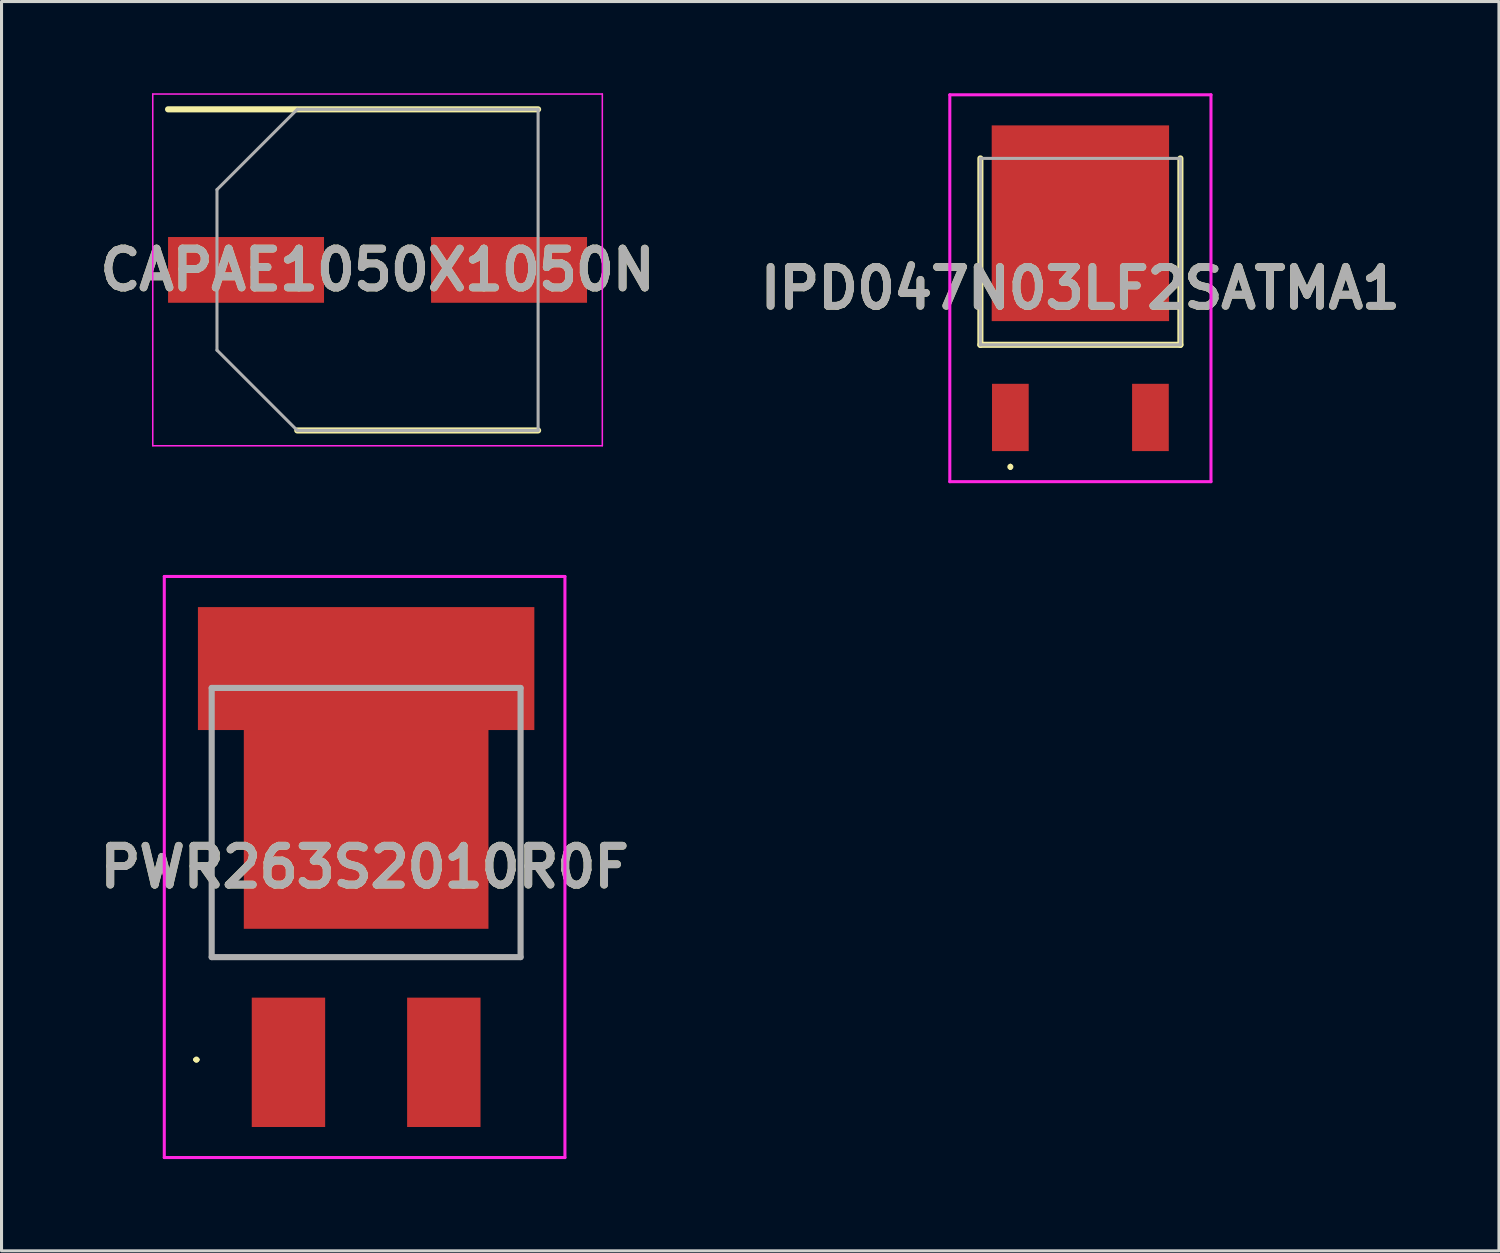
<source format=kicad_pcb>
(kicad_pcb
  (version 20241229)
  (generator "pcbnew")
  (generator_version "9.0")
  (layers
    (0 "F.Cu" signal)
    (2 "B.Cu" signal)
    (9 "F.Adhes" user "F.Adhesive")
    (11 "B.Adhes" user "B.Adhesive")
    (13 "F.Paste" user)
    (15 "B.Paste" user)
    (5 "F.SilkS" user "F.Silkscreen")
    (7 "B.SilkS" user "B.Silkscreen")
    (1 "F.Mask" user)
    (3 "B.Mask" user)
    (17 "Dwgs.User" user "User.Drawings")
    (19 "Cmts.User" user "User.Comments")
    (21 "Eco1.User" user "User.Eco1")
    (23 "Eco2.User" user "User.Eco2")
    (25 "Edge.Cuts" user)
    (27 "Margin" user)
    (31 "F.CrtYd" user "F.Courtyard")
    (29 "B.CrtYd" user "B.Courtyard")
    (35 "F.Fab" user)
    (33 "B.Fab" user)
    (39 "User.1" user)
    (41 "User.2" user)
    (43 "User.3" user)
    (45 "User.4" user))
  (footprint "IPD047N03LF2SATMA1"
    (layer "F.Cu")
    (at 32.277 6.365)
    (property "Reference" "IPD047N03LF2SATMA1" (at 0 0.01 0) (layer "F.SilkS") (effects (font (size 1.27 1.27) (thickness 0.254))))
    (attr smd)
    (fp_line (start -3.27 -4.235) (end -3.27 1.86) (stroke (width 0.2) (type solid)) (layer "F.SilkS"))
    (fp_line (start -3.27 1.86) (end 3.27 1.86) (stroke (width 0.2) (type solid)) (layer "F.SilkS"))
    (fp_line (start -2.29 5.8) (end -2.29 5.8) (stroke (width 0.1) (type solid)) (layer "F.SilkS"))
    (fp_line (start -2.29 5.9) (end -2.29 5.9) (stroke (width 0.1) (type solid)) (layer "F.SilkS"))
    (fp_line (start 3.27 1.86) (end 3.27 -4.235) (stroke (width 0.2) (type solid)) (layer "F.SilkS"))
    (fp_arc (start -2.29 5.8) (mid -2.24 5.85) (end -2.29 5.9) (stroke (width 0.1) (type solid)) (layer "F.SilkS"))
    (fp_arc (start -2.29 5.9) (mid -2.34 5.85) (end -2.29 5.8) (stroke (width 0.1) (type solid)) (layer "F.SilkS"))
    (fp_line (start -4.27 -6.315) (end 4.27 -6.315) (stroke (width 0.1) (type solid)) (layer "F.CrtYd"))
    (fp_line (start -4.27 6.335) (end -4.27 -6.315) (stroke (width 0.1) (type solid)) (layer "F.CrtYd"))
    (fp_line (start 4.27 -6.315) (end 4.27 6.335) (stroke (width 0.1) (type solid)) (layer "F.CrtYd"))
    (fp_line (start 4.27 6.335) (end -4.27 6.335) (stroke (width 0.1) (type solid)) (layer "F.CrtYd"))
    (fp_line (start -3.27 -4.235) (end 3.27 -4.235) (stroke (width 0.1) (type solid)) (layer "F.Fab"))
    (fp_line (start -3.27 1.86) (end -3.27 -4.235) (stroke (width 0.1) (type solid)) (layer "F.Fab"))
    (fp_line (start 3.27 -4.235) (end 3.27 1.86) (stroke (width 0.1) (type solid)) (layer "F.Fab"))
    (fp_line (start 3.27 1.86) (end -3.27 1.86) (stroke (width 0.1) (type solid)) (layer "F.Fab"))
    (fp_text user "${REFERENCE}" (at 0 0.01 0) (layer "F.Fab") (effects (font (size 1.27 1.27) (thickness 0.254))))
    (pad "1" smd rect (at -2.29 4.235) (size 1.2 2.2) (layers "F.Cu" "F.Mask" "F.Paste"))
    (pad "2" smd rect (at 0 -2.115) (size 5.8 6.4) (layers "F.Cu" "F.Mask" "F.Paste"))
    (pad "3" smd rect (at 2.29 4.235) (size 1.2 2.2) (layers "F.Cu" "F.Mask" "F.Paste")))
  (footprint "PWR263S2010R0F"
    (layer "F.Cu")
    (at 8.922 23.846)
    (property "Reference" "PWR263S2010R0F" (at -0.05 1.455 0) (layer "F.SilkS") (effects (font (size 1.27 1.27) (thickness 0.254))))
    (attr smd)
    (fp_line (start -5.6 7.75) (end -5.6 7.75) (stroke (width 0.1) (type solid)) (layer "F.SilkS"))
    (fp_line (start -5.6 7.75) (end -5.6 7.75) (stroke (width 0.1) (type solid)) (layer "F.SilkS"))
    (fp_line (start -5.5 7.75) (end -5.5 7.75) (stroke (width 0.1) (type solid)) (layer "F.SilkS"))
    (fp_line (start -5.05 -2.25) (end -5.05 -2.25) (stroke (width 0.1) (type solid)) (layer "F.SilkS"))
    (fp_line (start -5.05 -2.25) (end -5.05 4.4) (stroke (width 0.1) (type solid)) (layer "F.SilkS"))
    (fp_line (start -5.05 4.4) (end -5.05 -2.25) (stroke (width 0.1) (type solid)) (layer "F.SilkS"))
    (fp_line (start -5.05 4.4) (end -5.05 4.4) (stroke (width 0.1) (type solid)) (layer "F.SilkS"))
    (fp_line (start -5.05 4.4) (end -5.05 4.4) (stroke (width 0.1) (type solid)) (layer "F.SilkS"))
    (fp_line (start -5.05 4.4) (end 5.05 4.4) (stroke (width 0.1) (type solid)) (layer "F.SilkS"))
    (fp_line (start 5.05 -2.5) (end 5.05 -2.5) (stroke (width 0.1) (type solid)) (layer "F.SilkS"))
    (fp_line (start 5.05 -2.5) (end 5.05 4.4) (stroke (width 0.1) (type solid)) (layer "F.SilkS"))
    (fp_line (start 5.05 4.4) (end -5.05 4.4) (stroke (width 0.1) (type solid)) (layer "F.SilkS"))
    (fp_line (start 5.05 4.4) (end 5.05 -2.5) (stroke (width 0.1) (type solid)) (layer "F.SilkS"))
    (fp_line (start 5.05 4.4) (end 5.05 4.4) (stroke (width 0.1) (type solid)) (layer "F.SilkS"))
    (fp_line (start 5.05 4.4) (end 5.05 4.4) (stroke (width 0.1) (type solid)) (layer "F.SilkS"))
    (fp_arc (start -5.6 7.75) (mid -5.55 7.7) (end -5.5 7.75) (stroke (width 0.1) (type solid)) (layer "F.SilkS"))
    (fp_arc (start -5.5 7.75) (mid -5.55 7.8) (end -5.6 7.75) (stroke (width 0.1) (type solid)) (layer "F.SilkS"))
    (fp_arc (start -5.5 7.75) (mid -5.55 7.8) (end -5.6 7.75) (stroke (width 0.1) (type solid)) (layer "F.SilkS"))
    (fp_line (start -6.6 -8.046) (end 6.5 -8.046) (stroke (width 0.1) (type solid)) (layer "F.CrtYd"))
    (fp_line (start -6.6 10.954) (end -6.6 -8.046) (stroke (width 0.1) (type solid)) (layer "F.CrtYd"))
    (fp_line (start 6.5 -8.046) (end 6.5 10.954) (stroke (width 0.1) (type solid)) (layer "F.CrtYd"))
    (fp_line (start 6.5 10.954) (end -6.6 10.954) (stroke (width 0.1) (type solid)) (layer "F.CrtYd"))
    (fp_line (start -5.05 -4.401) (end -5.05 4.4) (stroke (width 0.2) (type solid)) (layer "F.Fab"))
    (fp_line (start -5.05 4.4) (end 5.05 4.4) (stroke (width 0.2) (type solid)) (layer "F.Fab"))
    (fp_line (start 5.05 -4.401) (end -5.05 -4.401) (stroke (width 0.2) (type solid)) (layer "F.Fab"))
    (fp_line (start 5.05 4.4) (end 5.05 -4.401) (stroke (width 0.2) (type solid)) (layer "F.Fab"))
    (fp_text user "${REFERENCE}" (at -0.05 1.455 0) (layer "F.Fab") (effects (font (size 1.27 1.27) (thickness 0.254))))
    (pad "1" smd rect (at -2.54 7.84) (size 2.4 4.23) (layers "F.Cu" "F.Mask" "F.Paste"))
    (pad "2" smd rect (at 2.54 7.84) (size 2.4 4.23) (layers "F.Cu" "F.Mask" "F.Paste"))
    (pad "3" smd rect (at 0 -5.035 90) (size 4.02 11) (layers "F.Cu" "F.Mask" "F.Paste"))
    (pad "4" smd rect (at 0 0.224 90) (size 6.5 8) (layers "F.Cu" "F.Mask" "F.Paste")))
  (footprint "CAPAE1050X1050N"
    (layer "F.Cu")
    (at 9.295 5.775)
    (property "Reference" "CAPAE1050X1050N" (at 0 0 0) (layer "F.SilkS") (effects (font (size 1.27 1.27) (thickness 0.254))))
    (attr smd)
    (fp_line (start -6.85 -5.25) (end 5.25 -5.25) (stroke (width 0.2) (type solid)) (layer "F.SilkS"))
    (fp_line (start -2.625 5.25) (end 5.25 5.25) (stroke (width 0.2) (type solid)) (layer "F.SilkS"))
    (fp_line (start -7.35 -5.75) (end 7.35 -5.75) (stroke (width 0.05) (type solid)) (layer "F.CrtYd"))
    (fp_line (start -7.35 5.75) (end -7.35 -5.75) (stroke (width 0.05) (type solid)) (layer "F.CrtYd"))
    (fp_line (start 7.35 -5.75) (end 7.35 5.75) (stroke (width 0.05) (type solid)) (layer "F.CrtYd"))
    (fp_line (start 7.35 5.75) (end -7.35 5.75) (stroke (width 0.05) (type solid)) (layer "F.CrtYd"))
    (fp_line (start -5.25 -2.625) (end -5.25 2.625) (stroke (width 0.1) (type solid)) (layer "F.Fab"))
    (fp_line (start -5.25 2.625) (end -2.625 5.25) (stroke (width 0.1) (type solid)) (layer "F.Fab"))
    (fp_line (start -2.625 -5.25) (end -5.25 -2.625) (stroke (width 0.1) (type solid)) (layer "F.Fab"))
    (fp_line (start -2.625 5.25) (end 5.25 5.25) (stroke (width 0.1) (type solid)) (layer "F.Fab"))
    (fp_line (start 5.25 -5.25) (end -2.625 -5.25) (stroke (width 0.1) (type solid)) (layer "F.Fab"))
    (fp_line (start 5.25 5.25) (end 5.25 -5.25) (stroke (width 0.1) (type solid)) (layer "F.Fab"))
    (fp_text user "${REFERENCE}" (at 0 0 0) (layer "F.Fab") (effects (font (size 1.27 1.27) (thickness 0.254))))
    (pad "1" smd rect (at -4.3 0 90) (size 2.15 5.1) (layers "F.Cu" "F.Mask" "F.Paste"))
    (pad "2" smd rect (at 4.3 0 90) (size 2.15 5.1) (layers "F.Cu" "F.Mask" "F.Paste")))
  (gr_rect
    (start -3 -3)
    (end 45.963 37.85)
    (stroke (width 0.1) (type default))
    (fill no)
    (layer "Edge.Cuts")))
</source>
